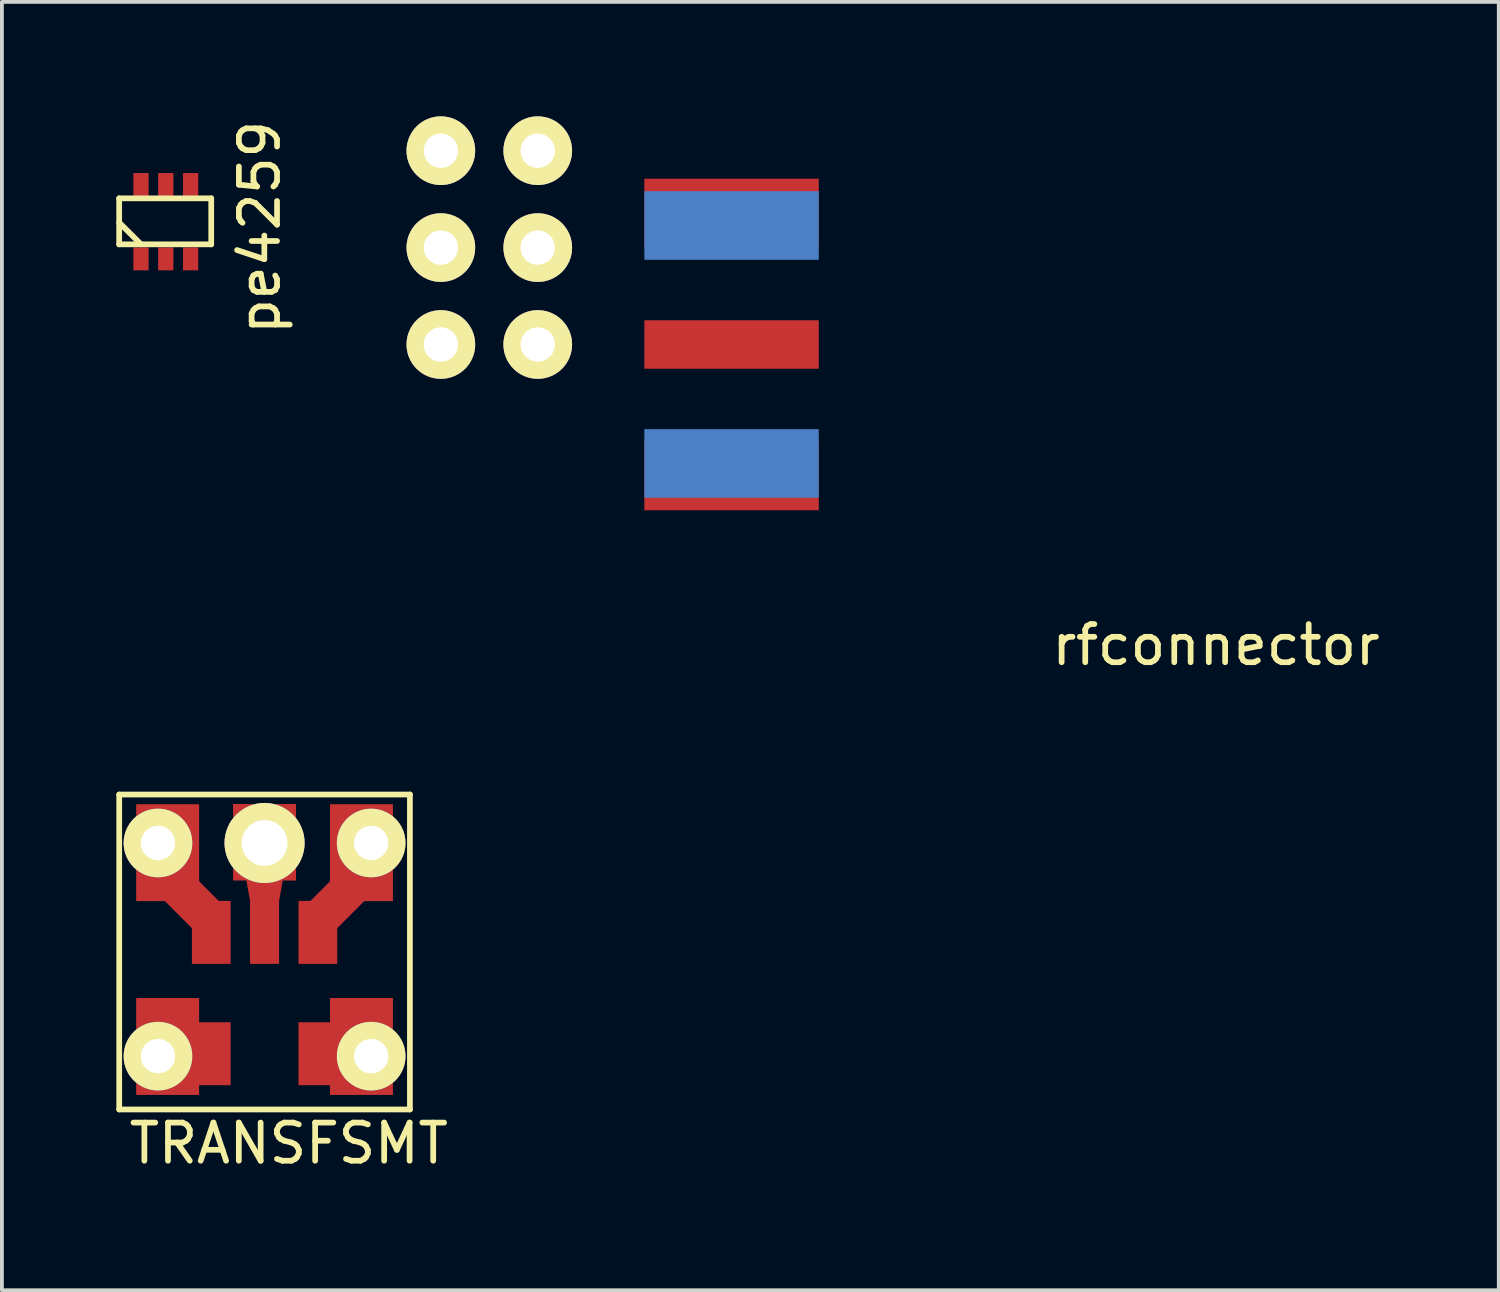
<source format=kicad_pcb>
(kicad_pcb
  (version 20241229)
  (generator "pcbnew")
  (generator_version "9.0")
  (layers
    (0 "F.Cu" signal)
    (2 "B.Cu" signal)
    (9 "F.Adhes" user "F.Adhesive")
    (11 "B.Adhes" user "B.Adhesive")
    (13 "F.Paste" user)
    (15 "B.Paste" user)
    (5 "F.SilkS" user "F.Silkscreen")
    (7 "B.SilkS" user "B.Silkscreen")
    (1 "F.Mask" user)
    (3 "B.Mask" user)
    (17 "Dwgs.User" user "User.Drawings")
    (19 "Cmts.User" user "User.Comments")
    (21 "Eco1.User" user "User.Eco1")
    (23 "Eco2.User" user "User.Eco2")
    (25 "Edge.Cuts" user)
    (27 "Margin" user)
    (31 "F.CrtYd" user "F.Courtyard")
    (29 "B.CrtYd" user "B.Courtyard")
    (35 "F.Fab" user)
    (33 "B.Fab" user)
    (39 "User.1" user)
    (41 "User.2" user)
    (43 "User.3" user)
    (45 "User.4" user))
  (footprint "pe4259"
    (layer "F.Cu")
    (at 0.646 3.736)
    (property "Reference" "pe4259" (at 3.111 -0.826 90) (layer "F.SilkS") (effects (font (size 1 1) (thickness 0.15))))
    (attr through_hole)
    (fp_line (start -0.572 -1.587) (end 1.841 -1.587) (stroke (width 0.15) (type solid)) (layer "F.SilkS"))
    (fp_line (start -0.572 -0.953) (end 0 -0.381) (stroke (width 0.15) (type solid)) (layer "F.SilkS"))
    (fp_line (start -0.572 -0.381) (end -0.572 -1.587) (stroke (width 0.15) (type solid)) (layer "F.SilkS"))
    (fp_line (start 1.841 -1.587) (end 1.841 -0.381) (stroke (width 0.15) (type solid)) (layer "F.SilkS"))
    (fp_line (start 1.841 -0.381) (end -0.572 -0.381) (stroke (width 0.15) (type solid)) (layer "F.SilkS"))
    (pad "1" smd rect (at 0 0) (size 0.4 0.6) (layers "F.Cu" "F.Mask" "F.Paste"))
    (pad "2" smd rect (at 0.65 0) (size 0.4 0.6) (layers "F.Cu" "F.Mask" "F.Paste"))
    (pad "3" smd rect (at 1.3 0) (size 0.4 0.6) (layers "F.Cu" "F.Mask" "F.Paste"))
    (pad "4" smd rect (at 1.3 -1.95) (size 0.4 0.6) (layers "F.Cu" "F.Mask" "F.Paste"))
    (pad "5" smd rect (at 0.65 -1.95) (size 0.4 0.6) (layers "F.Cu" "F.Mask" "F.Paste"))
    (pad "6" smd rect (at 0 -1.95) (size 0.4 0.6) (layers "F.Cu" "F.Mask" "F.Paste")))
  (footprint "TRANSFSMT"
    (layer "F.Cu")
    (at 3.885 21.841)
    (property "Reference" "TRANSFSMT" (at 0.635 5.08 0) (layer "F.SilkS") (effects (font (size 1 1) (thickness 0.15))))
    (attr through_hole)
    (fp_line (start -3.81 -4.064) (end -3.81 4.191) (stroke (width 0.15) (type solid)) (layer "F.SilkS"))
    (fp_line (start -3.81 -4.064) (end 3.81 -4.064) (stroke (width 0.15) (type solid)) (layer "F.SilkS"))
    (fp_line (start -3.81 4.191) (end 3.81 4.191) (stroke (width 0.15) (type solid)) (layer "F.SilkS"))
    (fp_line (start 3.81 4.191) (end 3.81 -4.064) (stroke (width 0.15) (type solid)) (layer "F.SilkS"))
    (pad "1" smd rect (at 1.397 -0.45) (size 1.015 1.65) (layers "F.Cu" "F.Mask" "F.Paste"))
    (pad "1" smd rect (at 1.905 -1.27 45) (size 1 1) (layers "F.Cu" "F.Mask" "F.Paste"))
    (pad "1" smd rect (at 2.54 -2.54) (size 1.65 2.54) (layers "F.Cu" "F.Mask" "F.Paste"))
    (pad "1" thru_hole circle (at 2.794 -2.794) (size 1.8 1.8) (drill 0.9) (layers "*.Cu" "*.Mask" "F.SilkS"))
    (pad "2" thru_hole circle (at 0 -2.794) (size 2.1 2.1) (drill 1.2) (layers "*.Cu" "*.Mask" "F.SilkS"))
    (pad "2" smd trapezoid (at 0 -2.54) (size 1.21 2.54) (rect_delta 0 -0.45) (layers "F.Cu" "F.Mask" "F.Paste"))
    (pad "2" smd rect (at 0 -0.45) (size 0.76 1.65) (layers "F.Cu" "F.Mask" "F.Paste"))
    (pad "3" thru_hole circle (at -2.794 -2.794) (size 1.8 1.8) (drill 0.9) (layers "*.Cu" "*.Mask" "F.SilkS"))
    (pad "3" smd rect (at -2.54 -2.54) (size 1.65 2.54) (layers "F.Cu" "F.Mask" "F.Paste"))
    (pad "3" smd rect (at -1.905 -1.27 45) (size 1 1) (layers "F.Cu" "F.Mask" "F.Paste"))
    (pad "3" smd rect (at -1.397 -0.45) (size 1.015 1.65) (layers "F.Cu" "F.Mask" "F.Paste"))
    (pad "4" thru_hole circle (at -2.794 2.794) (size 1.8 1.8) (drill 0.9) (layers "*.Cu" "*.Mask" "F.SilkS"))
    (pad "4" smd rect (at -2.54 2.54) (size 1.65 2.54) (layers "F.Cu" "F.Mask" "F.Paste"))
    (pad "4" smd rect (at -1.397 2.73) (size 1.015 1.65) (layers "F.Cu" "F.Mask" "F.Paste"))
    (pad "4" smd rect (at 0 -2.81) (size 1.65 2) (layers "F.Cu" "F.Mask" "F.Paste"))
    (pad "5" smd rect (at 1.397 2.73) (size 1.015 1.65) (layers "F.Cu" "F.Mask" "F.Paste"))
    (pad "5" smd rect (at 2.54 2.54) (size 1.65 2.54) (layers "F.Cu" "F.Mask" "F.Paste"))
    (pad "5" thru_hole circle (at 2.794 2.794) (size 1.8 1.8) (drill 0.9) (layers "*.Cu" "*.Mask" "F.SilkS")))
  (footprint "rfconnector"
    (layer "F.Cu")
    (at 18.412 5.98)
    (property "Reference" "rfconnector" (at 10.414 7.874 0) (layer "F.SilkS") (effects (font (size 1 1) (thickness 0.15))))
    (attr through_hole)
    (pad "1" smd rect (at -2.286 0) (size 4.572 1.27) (layers "F.Cu" "F.Mask" "F.Paste"))
    (pad "2" smd rect (at -2.286 -3.445) (size 4.572 1.8) (layers "F.Cu" "F.Mask" "F.Paste"))
    (pad "2" smd rect (at -2.286 -3.119) (size 4.572 1.8) (layers "B.Cu" "B.Mask" "B.Paste"))
    (pad "2" smd rect (at -2.286 3.119) (size 4.572 1.8) (layers "B.Cu" "B.Mask" "B.Paste"))
    (pad "2" smd rect (at -2.286 3.445) (size 4.572 1.8) (layers "F.Cu" "F.Mask" "F.Paste"))
    (pad "3" thru_hole circle (at -7.366 0) (size 1.8 1.8) (drill 0.9) (layers "*.Cu" "*.Mask" "F.SilkS"))
    (pad "4" thru_hole circle (at -7.366 -2.54) (size 1.8 1.8) (drill 0.9) (layers "*.Cu" "*.Mask" "F.SilkS"))
    (pad "5" thru_hole circle (at -7.366 -5.08) (size 1.8 1.8) (drill 0.9) (layers "*.Cu" "*.Mask" "F.SilkS"))
    (pad "6" thru_hole circle (at -9.906 0) (size 1.8 1.8) (drill 0.9) (layers "*.Cu" "*.Mask" "F.SilkS"))
    (pad "7" thru_hole circle (at -9.906 -2.54) (size 1.8 1.8) (drill 0.9) (layers "*.Cu" "*.Mask" "F.SilkS"))
    (pad "8" thru_hole circle (at -9.906 -5.08) (size 1.8 1.8) (drill 0.9) (layers "*.Cu" "*.Mask" "F.SilkS")))
  (gr_rect
    (start -3 -3)
    (end 36.237 30.77)
    (stroke (width 0.1) (type default))
    (fill no)
    (layer "Edge.Cuts")))
</source>
